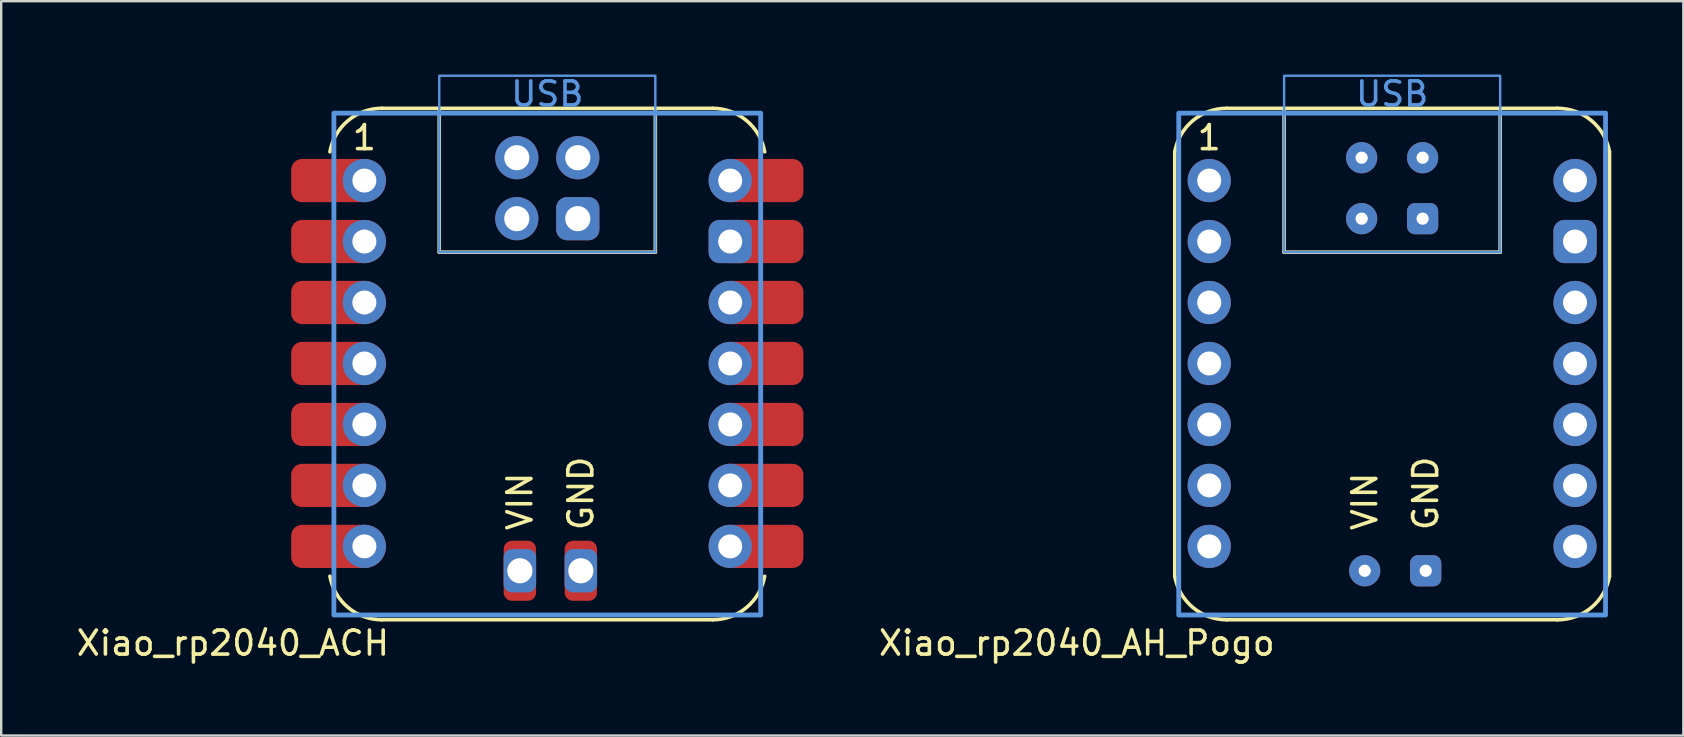
<source format=kicad_pcb>
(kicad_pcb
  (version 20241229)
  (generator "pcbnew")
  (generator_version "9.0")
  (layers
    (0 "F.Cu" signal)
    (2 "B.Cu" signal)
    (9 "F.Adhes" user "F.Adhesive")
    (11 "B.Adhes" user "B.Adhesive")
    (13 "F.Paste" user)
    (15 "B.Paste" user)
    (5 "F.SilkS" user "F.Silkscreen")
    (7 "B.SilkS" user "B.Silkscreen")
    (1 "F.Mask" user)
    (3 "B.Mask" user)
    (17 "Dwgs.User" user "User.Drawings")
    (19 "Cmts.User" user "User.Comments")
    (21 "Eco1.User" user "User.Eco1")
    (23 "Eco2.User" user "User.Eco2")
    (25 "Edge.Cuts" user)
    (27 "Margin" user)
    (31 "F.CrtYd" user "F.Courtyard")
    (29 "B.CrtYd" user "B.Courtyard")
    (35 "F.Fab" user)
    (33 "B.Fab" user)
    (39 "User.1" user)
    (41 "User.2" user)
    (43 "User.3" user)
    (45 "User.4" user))
  (footprint "Xiao_rp2040_AH_Pogo"
    (layer "F.Cu")
    (at 54.946 18.442)
    (property "Reference" "Xiao_rp2040_AH_Pogo" (at -4.8 5.3 0) (layer "F.SilkS") (effects (font (size 1 1) (thickness 0.15)) (justify right)))
    (attr through_hole exclude_from_pos_files exclude_from_bom)
    (fp_line (start -9.056 -15.167) (end -9.056 2.514) (stroke (width 0.15) (type default)) (layer "F.SilkS"))
    (fp_line (start -6.89 -16.98) (end 6.89 -16.98) (stroke (width 0.15) (type default)) (layer "F.SilkS"))
    (fp_line (start -4.501 -10.986) (end -4.501 -16.98) (stroke (width 0.15) (type default)) (layer "F.SilkS"))
    (fp_line (start 4.501 -10.986) (end -4.501 -10.986) (stroke (width 0.15) (type default)) (layer "F.SilkS"))
    (fp_line (start 4.501 -10.986) (end 4.501 -16.98) (stroke (width 0.15) (type default)) (layer "F.SilkS"))
    (fp_line (start 6.89 4.327) (end -6.89 4.327) (stroke (width 0.15) (type default)) (layer "F.SilkS"))
    (fp_line (start 9.056 2.514) (end 9.056 -15.167) (stroke (width 0.15) (type default)) (layer "F.SilkS"))
    (fp_arc (start -9.055742 -15.166738) (mid -8.302299 -16.466834) (end -6.890001 -16.98) (stroke (width 0.15) (type default)) (layer "F.SilkS"))
    (fp_arc (start -6.89 4.3275) (mid -8.302299 3.814335) (end -9.055742 2.514239) (stroke (width 0.15) (type default)) (layer "F.SilkS"))
    (fp_arc (start 6.889999 -16.98) (mid 8.302297 -16.466834) (end 9.05574 -15.166738) (stroke (width 0.15) (type default)) (layer "F.SilkS"))
    (fp_arc (start 9.05574 2.514238) (mid 8.302297 3.814334) (end 6.889999 4.3275) (stroke (width 0.15) (type default)) (layer "F.SilkS"))
    (fp_rect (start -8.89 -16.78) (end 8.89 4.128) (stroke (width 0.2) (type solid)) (fill no) (layer "Cmts.User"))
    (fp_rect (start -4.501 -18.336) (end 4.501 -10.986) (stroke (width 0.1) (type default)) (fill no) (layer "Cmts.User"))
    (fp_text user "GND" (at 1.398 0.686 90) (unlocked yes) (layer "F.SilkS") (effects (font (size 1 1) (thickness 0.15)) (justify left)))
    (fp_text user "VIN" (at -1.142 0.686 90) (unlocked yes) (layer "F.SilkS") (effects (font (size 1 1) (thickness 0.15)) (justify left)))
    (fp_text user "1" (at -7.62 -15.17 0) (layer "F.SilkS") (effects (font (size 1 1) (thickness 0.15)) (justify bottom)))
    (fp_text user "USB" (at -0.000001 -16.992 0) (layer "Cmts.User") (effects (font (size 1 1) (thickness 0.15)) (justify bottom)))
    (pad "1" thru_hole circle (at -7.62 -13.97) (size 1.8 1.8) (drill 1) (layers "*.Cu" "B.Mask"))
    (pad "2" thru_hole circle (at -7.62 -11.43) (size 1.8 1.8) (drill 1) (layers "*.Cu" "B.Mask"))
    (pad "3" thru_hole circle (at -7.62 -8.89) (size 1.8 1.8) (drill 1) (layers "*.Cu" "B.Mask"))
    (pad "4" thru_hole circle (at -7.62 -6.35) (size 1.8 1.8) (drill 1) (layers "*.Cu" "B.Mask"))
    (pad "5" thru_hole circle (at -7.62 -3.81) (size 1.8 1.8) (drill 1) (layers "*.Cu" "B.Mask"))
    (pad "6" thru_hole circle (at -7.62 -1.27) (size 1.8 1.8) (drill 1) (layers "*.Cu" "B.Mask"))
    (pad "7" thru_hole circle (at -7.62 1.27) (size 1.8 1.8) (drill 1) (layers "*.Cu" "B.Mask"))
    (pad "8" thru_hole circle (at 7.62 -13.97) (size 1.8 1.8) (drill 1) (layers "*.Cu" "B.Mask"))
    (pad "9" thru_hole roundrect (at 7.62 -11.43 180) (size 1.8 1.8) (drill 1) (layers "*.Cu" "B.Mask") (roundrect_rratio 0.25))
    (pad "10" thru_hole circle (at 7.62 -8.89) (size 1.8 1.8) (drill 1) (layers "*.Cu" "B.Mask"))
    (pad "11" thru_hole circle (at 7.62 -6.35) (size 1.8 1.8) (drill 1) (layers "*.Cu" "B.Mask"))
    (pad "12" thru_hole circle (at 7.62 -3.81) (size 1.8 1.8) (drill 1) (layers "*.Cu" "B.Mask"))
    (pad "13" thru_hole circle (at 7.62 -1.27) (size 1.8 1.8) (drill 1) (layers "*.Cu" "B.Mask"))
    (pad "14" thru_hole circle (at 7.62 1.27) (size 1.8 1.8) (drill 1) (layers "*.Cu" "B.Mask"))
    (pad "17" thru_hole circle (at -1.142 2.286) (size 1.3 1.3) (drill 0.508) (layers "*.Cu" "*.Mask"))
    (pad "18" thru_hole roundrect (at 1.398 2.286) (size 1.3 1.3) (drill 0.508) (layers "*.Cu" "*.Mask") (roundrect_rratio 0.25))
    (pad "19" thru_hole circle (at -1.27 -14.922) (size 1.3 1.3) (drill 0.508) (layers "*.Cu" "*.Mask"))
    (pad "20" thru_hole circle (at 1.27 -14.922) (size 1.3 1.3) (drill 0.508) (layers "*.Cu" "*.Mask"))
    (pad "21" thru_hole circle (at -1.27 -12.383) (size 1.3 1.3) (drill 0.508) (layers "*.Cu" "*.Mask"))
    (pad "22" thru_hole roundrect (at 1.27 -12.383) (size 1.3 1.3) (drill 0.508) (layers "*.Cu" "*.Mask") (roundrect_rratio 0.25)))
  (footprint "Xiao_rp2040_ACH"
    (layer "F.Cu")
    (at 19.75 18.442)
    (property "Reference" "Xiao_rp2040_ACH" (at -6.5 5.3 0) (layer "F.SilkS") (effects (font (size 1 1) (thickness 0.15)) (justify right)))
    (attr through_hole exclude_from_pos_files exclude_from_bom)
    (fp_line (start -6.89 -16.98) (end 6.89 -16.98) (stroke (width 0.15) (type default)) (layer "F.SilkS"))
    (fp_line (start -4.501 -10.986) (end -4.501 -16.98) (stroke (width 0.15) (type default)) (layer "F.SilkS"))
    (fp_line (start 4.501 -10.986) (end -4.501 -10.986) (stroke (width 0.15) (type default)) (layer "F.SilkS"))
    (fp_line (start 4.501 -10.986) (end 4.501 -16.98) (stroke (width 0.15) (type default)) (layer "F.SilkS"))
    (fp_line (start 6.89 4.327) (end -6.89 4.327) (stroke (width 0.15) (type default)) (layer "F.SilkS"))
    (fp_arc (start -9.055742 -15.166738) (mid -8.302299 -16.466834) (end -6.890001 -16.98) (stroke (width 0.15) (type default)) (layer "F.SilkS"))
    (fp_arc (start -6.89 4.3275) (mid -8.302299 3.814335) (end -9.055742 2.514239) (stroke (width 0.15) (type default)) (layer "F.SilkS"))
    (fp_arc (start 6.889999 -16.98) (mid 8.302297 -16.466834) (end 9.05574 -15.166738) (stroke (width 0.15) (type default)) (layer "F.SilkS"))
    (fp_arc (start 9.05574 2.514238) (mid 8.302297 3.814334) (end 6.889999 4.3275) (stroke (width 0.15) (type default)) (layer "F.SilkS"))
    (fp_rect (start -8.89 -16.78) (end 8.89 4.128) (stroke (width 0.2) (type solid)) (fill no) (layer "Cmts.User"))
    (fp_rect (start -4.501 -18.336) (end 4.501 -10.986) (stroke (width 0.1) (type default)) (fill no) (layer "Cmts.User"))
    (fp_text user "GND" (at 1.398 0.686 90) (unlocked yes) (layer "F.SilkS") (effects (font (size 1 1) (thickness 0.15)) (justify left)))
    (fp_text user "VIN" (at -1.142 0.686 90) (unlocked yes) (layer "F.SilkS") (effects (font (size 1 1) (thickness 0.15)) (justify left)))
    (fp_text user "1" (at -7.62 -15.17 0) (layer "F.SilkS") (effects (font (size 1 1) (thickness 0.15)) (justify bottom)))
    (fp_text user "USB" (at -0.000001 -16.992 0) (layer "Cmts.User") (effects (font (size 1 1) (thickness 0.15)) (justify bottom)))
    (pad "1" smd roundrect (at -8.92 -13.97) (size 3.5 1.8) (layers "F.Cu" "F.Mask") (roundrect_rratio 0.25))
    (pad "1" thru_hole circle (at -7.62 -13.97) (size 1.8 1.8) (drill 1) (layers "*.Cu" "*.Mask"))
    (pad "2" smd roundrect (at -8.92 -11.43) (size 3.5 1.8) (layers "F.Cu" "F.Mask") (roundrect_rratio 0.25))
    (pad "2" thru_hole circle (at -7.62 -11.43) (size 1.8 1.8) (drill 1) (layers "*.Cu" "*.Mask"))
    (pad "3" smd roundrect (at -8.92 -8.89) (size 3.5 1.8) (layers "F.Cu" "F.Mask") (roundrect_rratio 0.25))
    (pad "3" thru_hole circle (at -7.62 -8.89) (size 1.8 1.8) (drill 1) (layers "*.Cu" "*.Mask"))
    (pad "4" smd roundrect (at -8.92 -6.35) (size 3.5 1.8) (layers "F.Cu" "F.Mask") (roundrect_rratio 0.25))
    (pad "4" thru_hole circle (at -7.62 -6.35) (size 1.8 1.8) (drill 1) (layers "*.Cu" "*.Mask"))
    (pad "5" smd roundrect (at -8.92 -3.81) (size 3.5 1.8) (layers "F.Cu" "F.Mask") (roundrect_rratio 0.25))
    (pad "5" thru_hole circle (at -7.62 -3.81) (size 1.8 1.8) (drill 1) (layers "*.Cu" "*.Mask"))
    (pad "6" smd roundrect (at -8.92 -1.27) (size 3.5 1.8) (layers "F.Cu" "F.Mask") (roundrect_rratio 0.25))
    (pad "6" thru_hole circle (at -7.62 -1.27) (size 1.8 1.8) (drill 1) (layers "*.Cu" "*.Mask"))
    (pad "7" smd roundrect (at -8.92 1.27) (size 3.5 1.8) (layers "F.Cu" "F.Mask") (roundrect_rratio 0.25))
    (pad "7" thru_hole circle (at -7.62 1.27) (size 1.8 1.8) (drill 1) (layers "*.Cu" "*.Mask"))
    (pad "8" thru_hole circle (at 7.62 -13.97 180) (size 1.8 1.8) (drill 1) (layers "*.Cu" "*.Mask"))
    (pad "8" smd roundrect (at 8.92 -13.97 180) (size 3.5 1.8) (layers "F.Cu" "F.Mask") (roundrect_rratio 0.25))
    (pad "9" thru_hole roundrect (at 7.62 -11.43 180) (size 1.8 1.8) (drill 1) (layers "*.Cu" "*.Mask") (roundrect_rratio 0.25))
    (pad "9" smd roundrect (at 8.92 -11.43 180) (size 3.5 1.8) (layers "F.Cu" "F.Mask") (roundrect_rratio 0.25))
    (pad "10" thru_hole circle (at 7.62 -8.89 180) (size 1.8 1.8) (drill 1) (layers "*.Cu" "*.Mask"))
    (pad "10" smd roundrect (at 8.92 -8.89 180) (size 3.5 1.8) (layers "F.Cu" "F.Mask") (roundrect_rratio 0.25))
    (pad "11" thru_hole circle (at 7.62 -6.35 180) (size 1.8 1.8) (drill 1) (layers "*.Cu" "*.Mask"))
    (pad "11" smd roundrect (at 8.92 -6.35 180) (size 3.5 1.8) (layers "F.Cu" "F.Mask") (roundrect_rratio 0.25))
    (pad "12" thru_hole circle (at 7.62 -3.81 180) (size 1.8 1.8) (drill 1) (layers "*.Cu" "*.Mask"))
    (pad "12" smd roundrect (at 8.92 -3.81 180) (size 3.5 1.8) (layers "F.Cu" "F.Mask") (roundrect_rratio 0.25))
    (pad "13" thru_hole circle (at 7.62 -1.27) (size 1.8 1.8) (drill 1) (layers "*.Cu" "*.Mask"))
    (pad "13" smd roundrect (at 8.92 -1.27) (size 3.5 1.8) (layers "F.Cu" "F.Mask") (roundrect_rratio 0.25))
    (pad "14" thru_hole circle (at 7.62 1.27) (size 1.8 1.8) (drill 1) (layers "*.Cu" "*.Mask"))
    (pad "14" smd roundrect (at 8.92 1.27) (size 3.5 1.8) (layers "F.Cu" "F.Mask") (roundrect_rratio 0.25))
    (pad "17" thru_hole roundrect (at -1.142 2.286 90) (size 1.8 1.35) (drill 1.05) (layers "*.Cu" "*.Mask") (roundrect_rratio 0.25))
    (pad "17" smd roundrect (at -1.142 2.286 90) (size 2.5 1.35) (layers "F.Cu" "F.Mask") (roundrect_rratio 0.25))
    (pad "18" thru_hole roundrect (at 1.398 2.286 90) (size 1.8 1.35) (drill 1.05) (layers "*.Cu" "*.Mask") (roundrect_rratio 0.25))
    (pad "18" smd roundrect (at 1.398 2.286 90) (size 2.5 1.35) (layers "F.Cu" "F.Mask") (roundrect_rratio 0.25))
    (pad "19" thru_hole circle (at -1.27 -14.922 180) (size 1.8 1.8) (drill 1.05) (layers "*.Cu" "*.Mask"))
    (pad "20" thru_hole circle (at 1.27 -14.922 180) (size 1.8 1.8) (drill 1.05) (layers "*.Cu" "*.Mask"))
    (pad "21" thru_hole circle (at -1.27 -12.383 180) (size 1.8 1.8) (drill 1.05) (layers "*.Cu" "*.Mask"))
    (pad "22" thru_hole roundrect (at 1.27 -12.383 180) (size 1.8 1.8) (drill 1.05) (layers "*.Cu" "*.Mask") (roundrect_rratio 0.25)))
  (gr_rect
    (start -3 -3)
    (end 67.077 27.591)
    (stroke (width 0.1) (type default))
    (fill no)
    (layer "Edge.Cuts")))
</source>
